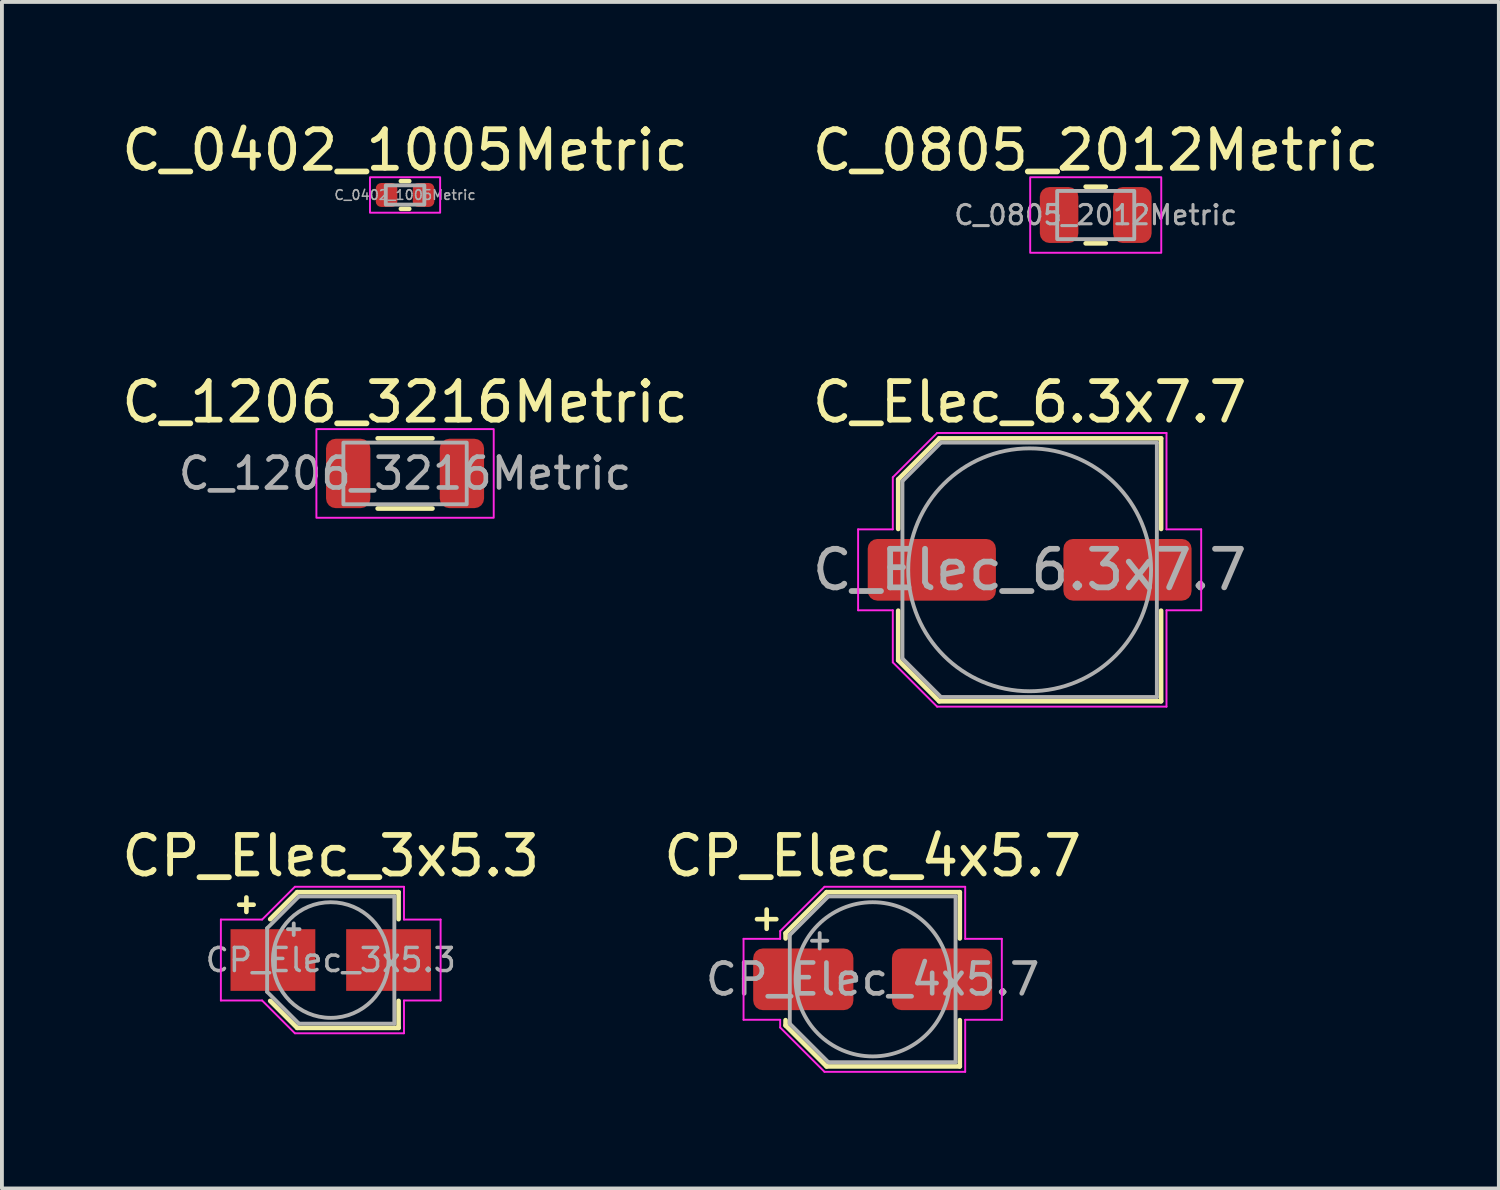
<source format=kicad_pcb>
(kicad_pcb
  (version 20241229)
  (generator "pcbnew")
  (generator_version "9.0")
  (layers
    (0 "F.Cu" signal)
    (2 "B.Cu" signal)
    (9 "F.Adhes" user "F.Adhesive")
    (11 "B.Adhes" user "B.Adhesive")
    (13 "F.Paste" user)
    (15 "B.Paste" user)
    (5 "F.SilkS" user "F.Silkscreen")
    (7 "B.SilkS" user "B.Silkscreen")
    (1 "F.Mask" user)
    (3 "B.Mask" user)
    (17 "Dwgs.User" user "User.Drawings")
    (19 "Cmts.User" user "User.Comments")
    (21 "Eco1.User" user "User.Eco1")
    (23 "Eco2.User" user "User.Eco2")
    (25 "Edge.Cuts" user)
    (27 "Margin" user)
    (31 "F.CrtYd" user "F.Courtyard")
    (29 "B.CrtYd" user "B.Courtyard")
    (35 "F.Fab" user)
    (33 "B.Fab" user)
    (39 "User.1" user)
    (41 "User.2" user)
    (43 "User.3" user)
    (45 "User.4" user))
  (footprint "C_0805_2012Metric"
    (layer "F.Cu")
    (at 25.375 2.528)
    (property "Reference" "C_0805_2012Metric" (at 0 -1.68 0) (layer "F.SilkS") (effects (font (size 1 1) (thickness 0.15))))
    (attr smd)
    (fp_line (start -0.261 -0.735) (end 0.261 -0.735) (stroke (width 0.12) (type solid)) (layer "F.SilkS"))
    (fp_line (start -0.261 0.735) (end 0.261 0.735) (stroke (width 0.12) (type solid)) (layer "F.SilkS"))
    (fp_rect (start -1.7 -0.98) (end 1.7 0.98) (stroke (width 0.05) (type solid)) (fill no) (layer "F.CrtYd"))
    (fp_rect (start -1 -0.625) (end 1 0.625) (stroke (width 0.1) (type solid)) (fill no) (layer "F.Fab"))
    (fp_text user "${REFERENCE}" (at 0 0 0) (layer "F.Fab") (effects (font (size 0.5 0.5) (thickness 0.08))))
    (pad "1" smd roundrect (at -0.95 0) (size 1 1.45) (layers "F.Cu" "F.Mask" "F.Paste") (roundrect_rratio 0.25))
    (pad "2" smd roundrect (at 0.95 0) (size 1 1.45) (layers "F.Cu" "F.Mask" "F.Paste") (roundrect_rratio 0.25)))
  (footprint "C_0402_1005Metric"
    (layer "F.Cu")
    (at 7.458 2.008)
    (property "Reference" "C_0402_1005Metric" (at 0 -1.16 0) (layer "F.SilkS") (effects (font (size 1 1) (thickness 0.15))))
    (attr smd)
    (fp_line (start -0.108 -0.36) (end 0.108 -0.36) (stroke (width 0.12) (type solid)) (layer "F.SilkS"))
    (fp_line (start -0.108 0.36) (end 0.108 0.36) (stroke (width 0.12) (type solid)) (layer "F.SilkS"))
    (fp_rect (start -0.91 -0.46) (end 0.91 0.46) (stroke (width 0.05) (type solid)) (fill no) (layer "F.CrtYd"))
    (fp_rect (start -0.5 -0.25) (end 0.5 0.25) (stroke (width 0.1) (type solid)) (fill no) (layer "F.Fab"))
    (fp_text user "${REFERENCE}" (at 0 0 0) (layer "F.Fab") (effects (font (size 0.25 0.25) (thickness 0.04))))
    (pad "1" smd roundrect (at -0.48 0) (size 0.56 0.62) (layers "F.Cu" "F.Mask" "F.Paste") (roundrect_rratio 0.25))
    (pad "2" smd roundrect (at 0.48 0) (size 0.56 0.62) (layers "F.Cu" "F.Mask" "F.Paste") (roundrect_rratio 0.25)))
  (footprint "CP_Elec_3x5.3"
    (layer "F.Cu")
    (at 5.53 21.855)
    (property "Reference" "CP_Elec_3x5.3" (at 0 -2.7 0) (layer "F.SilkS") (effects (font (size 1 1) (thickness 0.15))))
    (attr smd)
    (fp_line (start -2.375 -1.435) (end -2 -1.435) (stroke (width 0.12) (type solid)) (layer "F.SilkS"))
    (fp_line (start -2.188 -1.623) (end -2.188 -1.248) (stroke (width 0.12) (type solid)) (layer "F.SilkS"))
    (fp_line (start -1.571 -1.06) (end -0.871 -1.76) (stroke (width 0.12) (type solid)) (layer "F.SilkS"))
    (fp_line (start -1.571 1.06) (end -0.871 1.76) (stroke (width 0.12) (type solid)) (layer "F.SilkS"))
    (fp_line (start -0.871 -1.76) (end 1.76 -1.76) (stroke (width 0.12) (type solid)) (layer "F.SilkS"))
    (fp_line (start -0.871 1.76) (end 1.76 1.76) (stroke (width 0.12) (type solid)) (layer "F.SilkS"))
    (fp_line (start 1.76 -1.76) (end 1.76 -1.06) (stroke (width 0.12) (type solid)) (layer "F.SilkS"))
    (fp_line (start 1.76 1.76) (end 1.76 1.06) (stroke (width 0.12) (type solid)) (layer "F.SilkS"))
    (fp_line (start -2.85 -1.05) (end -2.85 1.05) (stroke (width 0.05) (type solid)) (layer "F.CrtYd"))
    (fp_line (start -2.85 1.05) (end -1.78 1.05) (stroke (width 0.05) (type solid)) (layer "F.CrtYd"))
    (fp_line (start -1.78 -1.05) (end -2.85 -1.05) (stroke (width 0.05) (type solid)) (layer "F.CrtYd"))
    (fp_line (start -1.78 -1.05) (end -0.93 -1.9) (stroke (width 0.05) (type solid)) (layer "F.CrtYd"))
    (fp_line (start -1.78 1.05) (end -0.93 1.9) (stroke (width 0.05) (type solid)) (layer "F.CrtYd"))
    (fp_line (start -0.93 -1.9) (end 1.9 -1.9) (stroke (width 0.05) (type solid)) (layer "F.CrtYd"))
    (fp_line (start -0.93 1.9) (end 1.9 1.9) (stroke (width 0.05) (type solid)) (layer "F.CrtYd"))
    (fp_line (start 1.9 -1.9) (end 1.9 -1.05) (stroke (width 0.05) (type solid)) (layer "F.CrtYd"))
    (fp_line (start 1.9 -1.05) (end 2.85 -1.05) (stroke (width 0.05) (type solid)) (layer "F.CrtYd"))
    (fp_line (start 1.9 1.05) (end 1.9 1.9) (stroke (width 0.05) (type solid)) (layer "F.CrtYd"))
    (fp_line (start 2.85 -1.05) (end 2.85 1.05) (stroke (width 0.05) (type solid)) (layer "F.CrtYd"))
    (fp_line (start 2.85 1.05) (end 1.9 1.05) (stroke (width 0.05) (type solid)) (layer "F.CrtYd"))
    (fp_line (start -1.65 -0.825) (end -1.65 0.825) (stroke (width 0.1) (type solid)) (layer "F.Fab"))
    (fp_line (start -1.65 -0.825) (end -0.825 -1.65) (stroke (width 0.1) (type solid)) (layer "F.Fab"))
    (fp_line (start -1.65 0.825) (end -0.825 1.65) (stroke (width 0.1) (type solid)) (layer "F.Fab"))
    (fp_line (start -1.11 -0.8) (end -0.81 -0.8) (stroke (width 0.1) (type solid)) (layer "F.Fab"))
    (fp_line (start -0.96 -0.95) (end -0.96 -0.65) (stroke (width 0.1) (type solid)) (layer "F.Fab"))
    (fp_line (start -0.825 -1.65) (end 1.65 -1.65) (stroke (width 0.1) (type solid)) (layer "F.Fab"))
    (fp_line (start -0.825 1.65) (end 1.65 1.65) (stroke (width 0.1) (type solid)) (layer "F.Fab"))
    (fp_line (start 1.65 -1.65) (end 1.65 1.65) (stroke (width 0.1) (type solid)) (layer "F.Fab"))
    (fp_circle (center 0 0) (end 1.5 0) (stroke (width 0.1) (type solid)) (fill no) (layer "F.Fab"))
    (fp_text user "${REFERENCE}" (at 0 0 0) (layer "F.Fab") (effects (font (size 0.6 0.6) (thickness 0.09))))
    (pad "1" smd rect (at -1.5 0) (size 2.2 1.6) (layers "F.Cu" "F.Mask" "F.Paste"))
    (pad "2" smd rect (at 1.5 0) (size 2.2 1.6) (layers "F.Cu" "F.Mask" "F.Paste")))
  (footprint "C_Elec_6.3x7.7"
    (layer "F.Cu")
    (at 23.661 11.732)
    (property "Reference" "C_Elec_6.3x7.7" (at 0 -4.35 0) (layer "F.SilkS") (effects (font (size 1 1) (thickness 0.15))))
    (attr smd)
    (fp_line (start -3.41 -2.346) (end -3.41 -1.06) (stroke (width 0.12) (type solid)) (layer "F.SilkS"))
    (fp_line (start -3.41 -2.346) (end -2.346 -3.41) (stroke (width 0.12) (type solid)) (layer "F.SilkS"))
    (fp_line (start -3.41 2.346) (end -3.41 1.06) (stroke (width 0.12) (type solid)) (layer "F.SilkS"))
    (fp_line (start -3.41 2.346) (end -2.346 3.41) (stroke (width 0.12) (type solid)) (layer "F.SilkS"))
    (fp_line (start -2.346 -3.41) (end 3.41 -3.41) (stroke (width 0.12) (type solid)) (layer "F.SilkS"))
    (fp_line (start -2.346 3.41) (end 3.41 3.41) (stroke (width 0.12) (type solid)) (layer "F.SilkS"))
    (fp_line (start 3.41 -3.41) (end 3.41 -1.06) (stroke (width 0.12) (type solid)) (layer "F.SilkS"))
    (fp_line (start 3.41 3.41) (end 3.41 1.06) (stroke (width 0.12) (type solid)) (layer "F.SilkS"))
    (fp_line (start -4.45 -1.05) (end -4.45 1.05) (stroke (width 0.05) (type solid)) (layer "F.CrtYd"))
    (fp_line (start -4.45 1.05) (end -3.55 1.05) (stroke (width 0.05) (type solid)) (layer "F.CrtYd"))
    (fp_line (start -3.55 -2.4) (end -3.55 -1.05) (stroke (width 0.05) (type solid)) (layer "F.CrtYd"))
    (fp_line (start -3.55 -2.4) (end -2.4 -3.55) (stroke (width 0.05) (type solid)) (layer "F.CrtYd"))
    (fp_line (start -3.55 -1.05) (end -4.45 -1.05) (stroke (width 0.05) (type solid)) (layer "F.CrtYd"))
    (fp_line (start -3.55 1.05) (end -3.55 2.4) (stroke (width 0.05) (type solid)) (layer "F.CrtYd"))
    (fp_line (start -3.55 2.4) (end -2.4 3.55) (stroke (width 0.05) (type solid)) (layer "F.CrtYd"))
    (fp_line (start -2.4 -3.55) (end 3.55 -3.55) (stroke (width 0.05) (type solid)) (layer "F.CrtYd"))
    (fp_line (start -2.4 3.55) (end 3.55 3.55) (stroke (width 0.05) (type solid)) (layer "F.CrtYd"))
    (fp_line (start 3.55 -3.55) (end 3.55 -1.05) (stroke (width 0.05) (type solid)) (layer "F.CrtYd"))
    (fp_line (start 3.55 -1.05) (end 4.45 -1.05) (stroke (width 0.05) (type solid)) (layer "F.CrtYd"))
    (fp_line (start 3.55 1.05) (end 3.55 3.55) (stroke (width 0.05) (type solid)) (layer "F.CrtYd"))
    (fp_line (start 4.45 -1.05) (end 4.45 1.05) (stroke (width 0.05) (type solid)) (layer "F.CrtYd"))
    (fp_line (start 4.45 1.05) (end 3.55 1.05) (stroke (width 0.05) (type solid)) (layer "F.CrtYd"))
    (fp_line (start -3.3 -2.3) (end -3.3 2.3) (stroke (width 0.1) (type solid)) (layer "F.Fab"))
    (fp_line (start -3.3 -2.3) (end -2.3 -3.3) (stroke (width 0.1) (type solid)) (layer "F.Fab"))
    (fp_line (start -3.3 2.3) (end -2.3 3.3) (stroke (width 0.1) (type solid)) (layer "F.Fab"))
    (fp_line (start -2.3 -3.3) (end 3.3 -3.3) (stroke (width 0.1) (type solid)) (layer "F.Fab"))
    (fp_line (start -2.3 3.3) (end 3.3 3.3) (stroke (width 0.1) (type solid)) (layer "F.Fab"))
    (fp_line (start 3.3 -3.3) (end 3.3 3.3) (stroke (width 0.1) (type solid)) (layer "F.Fab"))
    (fp_circle (center 0 0) (end 3.15 0) (stroke (width 0.1) (type solid)) (fill no) (layer "F.Fab"))
    (fp_text user "${REFERENCE}" (at 0 0 0) (layer "F.Fab") (effects (font (size 1 1) (thickness 0.15))))
    (pad "1" smd roundrect (at -2.538 0) (size 3.325 1.6) (layers "F.Cu" "F.Mask" "F.Paste") (roundrect_rratio 0.156))
    (pad "2" smd roundrect (at 2.538 0) (size 3.325 1.6) (layers "F.Cu" "F.Mask" "F.Paste") (roundrect_rratio 0.156)))
  (footprint "CP_Elec_4x5.7"
    (layer "F.Cu")
    (at 19.589 22.355)
    (property "Reference" "CP_Elec_4x5.7" (at 0 -3.2 0) (layer "F.SilkS") (effects (font (size 1 1) (thickness 0.15))))
    (attr smd)
    (fp_line (start -3 -1.56) (end -2.5 -1.56) (stroke (width 0.12) (type solid)) (layer "F.SilkS"))
    (fp_line (start -2.75 -1.81) (end -2.75 -1.31) (stroke (width 0.12) (type solid)) (layer "F.SilkS"))
    (fp_line (start -2.26 -1.196) (end -2.26 -1.06) (stroke (width 0.12) (type solid)) (layer "F.SilkS"))
    (fp_line (start -2.26 -1.196) (end -1.196 -2.26) (stroke (width 0.12) (type solid)) (layer "F.SilkS"))
    (fp_line (start -2.26 1.196) (end -2.26 1.06) (stroke (width 0.12) (type solid)) (layer "F.SilkS"))
    (fp_line (start -2.26 1.196) (end -1.196 2.26) (stroke (width 0.12) (type solid)) (layer "F.SilkS"))
    (fp_line (start -1.196 -2.26) (end 2.26 -2.26) (stroke (width 0.12) (type solid)) (layer "F.SilkS"))
    (fp_line (start -1.196 2.26) (end 2.26 2.26) (stroke (width 0.12) (type solid)) (layer "F.SilkS"))
    (fp_line (start 2.26 -2.26) (end 2.26 -1.06) (stroke (width 0.12) (type solid)) (layer "F.SilkS"))
    (fp_line (start 2.26 2.26) (end 2.26 1.06) (stroke (width 0.12) (type solid)) (layer "F.SilkS"))
    (fp_line (start -3.35 -1.05) (end -3.35 1.05) (stroke (width 0.05) (type solid)) (layer "F.CrtYd"))
    (fp_line (start -3.35 1.05) (end -2.4 1.05) (stroke (width 0.05) (type solid)) (layer "F.CrtYd"))
    (fp_line (start -2.4 -1.25) (end -2.4 -1.05) (stroke (width 0.05) (type solid)) (layer "F.CrtYd"))
    (fp_line (start -2.4 -1.25) (end -1.25 -2.4) (stroke (width 0.05) (type solid)) (layer "F.CrtYd"))
    (fp_line (start -2.4 -1.05) (end -3.35 -1.05) (stroke (width 0.05) (type solid)) (layer "F.CrtYd"))
    (fp_line (start -2.4 1.05) (end -2.4 1.25) (stroke (width 0.05) (type solid)) (layer "F.CrtYd"))
    (fp_line (start -2.4 1.25) (end -1.25 2.4) (stroke (width 0.05) (type solid)) (layer "F.CrtYd"))
    (fp_line (start -1.25 -2.4) (end 2.4 -2.4) (stroke (width 0.05) (type solid)) (layer "F.CrtYd"))
    (fp_line (start -1.25 2.4) (end 2.4 2.4) (stroke (width 0.05) (type solid)) (layer "F.CrtYd"))
    (fp_line (start 2.4 -2.4) (end 2.4 -1.05) (stroke (width 0.05) (type solid)) (layer "F.CrtYd"))
    (fp_line (start 2.4 -1.05) (end 3.35 -1.05) (stroke (width 0.05) (type solid)) (layer "F.CrtYd"))
    (fp_line (start 2.4 1.05) (end 2.4 2.4) (stroke (width 0.05) (type solid)) (layer "F.CrtYd"))
    (fp_line (start 3.35 -1.05) (end 3.35 1.05) (stroke (width 0.05) (type solid)) (layer "F.CrtYd"))
    (fp_line (start 3.35 1.05) (end 2.4 1.05) (stroke (width 0.05) (type solid)) (layer "F.CrtYd"))
    (fp_line (start -2.15 -1.15) (end -2.15 1.15) (stroke (width 0.1) (type solid)) (layer "F.Fab"))
    (fp_line (start -2.15 -1.15) (end -1.15 -2.15) (stroke (width 0.1) (type solid)) (layer "F.Fab"))
    (fp_line (start -2.15 1.15) (end -1.15 2.15) (stroke (width 0.1) (type solid)) (layer "F.Fab"))
    (fp_line (start -1.575 -1) (end -1.175 -1) (stroke (width 0.1) (type solid)) (layer "F.Fab"))
    (fp_line (start -1.375 -1.2) (end -1.375 -0.8) (stroke (width 0.1) (type solid)) (layer "F.Fab"))
    (fp_line (start -1.15 -2.15) (end 2.15 -2.15) (stroke (width 0.1) (type solid)) (layer "F.Fab"))
    (fp_line (start -1.15 2.15) (end 2.15 2.15) (stroke (width 0.1) (type solid)) (layer "F.Fab"))
    (fp_line (start 2.15 -2.15) (end 2.15 2.15) (stroke (width 0.1) (type solid)) (layer "F.Fab"))
    (fp_circle (center 0 0) (end 2 0) (stroke (width 0.1) (type solid)) (fill no) (layer "F.Fab"))
    (fp_text user "${REFERENCE}" (at 0 0 0) (layer "F.Fab") (effects (font (size 0.8 0.8) (thickness 0.12))))
    (pad "1" smd roundrect (at -1.8 0) (size 2.6 1.6) (layers "F.Cu" "F.Mask" "F.Paste") (roundrect_rratio 0.156))
    (pad "2" smd roundrect (at 1.8 0) (size 2.6 1.6) (layers "F.Cu" "F.Mask" "F.Paste") (roundrect_rratio 0.156)))
  (footprint "C_1206_3216Metric"
    (layer "F.Cu")
    (at 7.458 9.232)
    (property "Reference" "C_1206_3216Metric" (at 0 -1.85 0) (layer "F.SilkS") (effects (font (size 1 1) (thickness 0.15))))
    (attr smd)
    (fp_line (start -0.711 -0.91) (end 0.711 -0.91) (stroke (width 0.12) (type solid)) (layer "F.SilkS"))
    (fp_line (start -0.711 0.91) (end 0.711 0.91) (stroke (width 0.12) (type solid)) (layer "F.SilkS"))
    (fp_rect (start -2.3 -1.15) (end 2.3 1.15) (stroke (width 0.05) (type solid)) (fill no) (layer "F.CrtYd"))
    (fp_rect (start -1.6 -0.8) (end 1.6 0.8) (stroke (width 0.1) (type solid)) (fill no) (layer "F.Fab"))
    (fp_text user "${REFERENCE}" (at 0 0 0) (layer "F.Fab") (effects (font (size 0.8 0.8) (thickness 0.12))))
    (pad "1" smd roundrect (at -1.475 0) (size 1.15 1.8) (layers "F.Cu" "F.Mask" "F.Paste") (roundrect_rratio 0.217))
    (pad "2" smd roundrect (at 1.475 0) (size 1.15 1.8) (layers "F.Cu" "F.Mask" "F.Paste") (roundrect_rratio 0.217)))
  (gr_rect
    (start -3 -3)
    (end 35.833 27.78)
    (stroke (width 0.1) (type default))
    (fill no)
    (layer "Edge.Cuts")))
</source>
